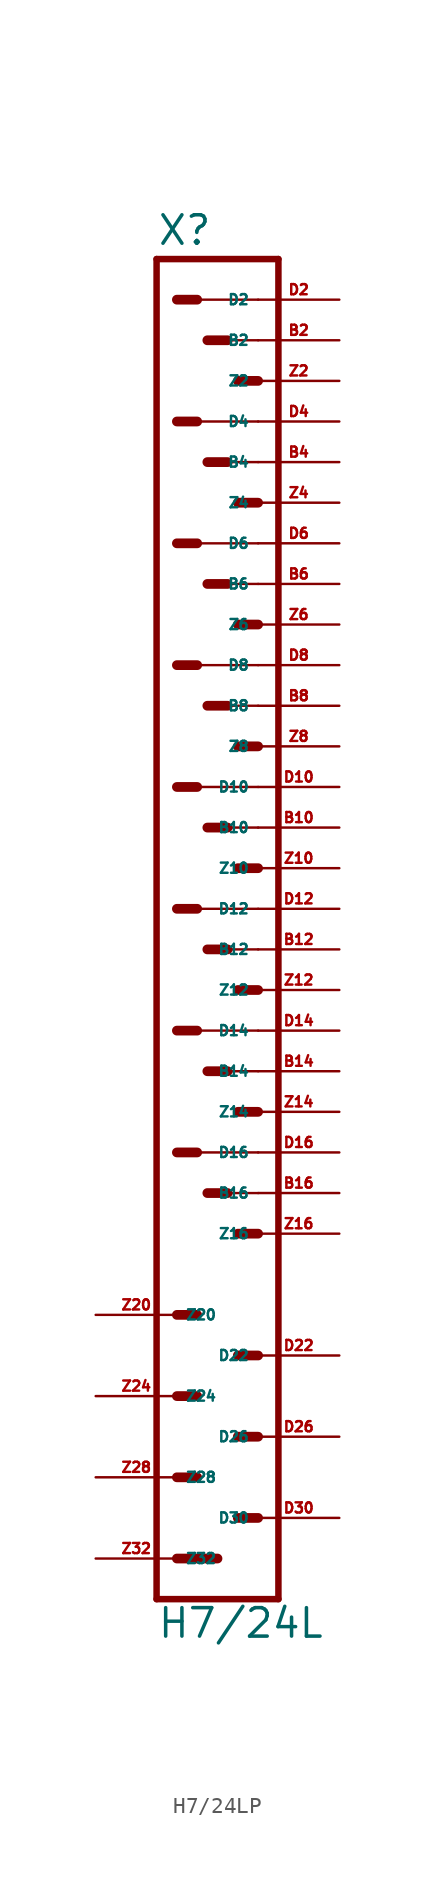
<source format=kicad_sym>
(kicad_symbol_lib
  (version 20220914)
  (generator Eagle2Kicad)
  (symbol "H7/24LP"
    (property "Reference" "X"
      (at -3.81 41.402 0)
      (effects (font (size 1.778 1.778) (thickness 0.22)) (justify left bottom)))
    (property "Value" "H7/24L"
      (at -3.81 -45.72 0)
      (effects (font (size 1.778 1.778) (thickness 0.22)) (justify left bottom)))
    (polyline
      (pts (xy 3.81 -43.18) (xy -3.81 -43.18))
      (stroke (width 0.406) (type default))
      (fill (type none)))
    (polyline
      (pts (xy -3.81 40.64) (xy -3.81 -43.18))
      (stroke (width 0.406) (type default))
      (fill (type none)))
    (polyline
      (pts (xy -3.81 40.64) (xy 3.81 40.64))
      (stroke (width 0.406) (type default))
      (fill (type none)))
    (polyline
      (pts (xy 3.81 -43.18) (xy 3.81 40.64))
      (stroke (width 0.406) (type default))
      (fill (type none)))
    (polyline
      (pts (xy -2.54 -40.64) (xy 0 -40.64))
      (stroke (width 0.61) (type default))
      (fill (type none)))
    (polyline
      (pts (xy -2.54 -35.56) (xy -1.27 -35.56))
      (stroke (width 0.61) (type default))
      (fill (type none)))
    (polyline
      (pts (xy -2.54 -30.48) (xy -1.27 -30.48))
      (stroke (width 0.61) (type default))
      (fill (type none)))
    (polyline
      (pts (xy -2.54 -25.4) (xy -1.27 -25.4))
      (stroke (width 0.61) (type default))
      (fill (type none)))
    (polyline
      (pts (xy 2.54 -38.1) (xy 1.27 -38.1))
      (stroke (width 0.61) (type default))
      (fill (type none)))
    (polyline
      (pts (xy 2.54 -33.02) (xy 1.27 -33.02))
      (stroke (width 0.61) (type default))
      (fill (type none)))
    (polyline
      (pts (xy 2.54 -27.94) (xy 1.27 -27.94))
      (stroke (width 0.61) (type default))
      (fill (type none)))
    (polyline
      (pts (xy 2.54 5.08) (xy 0.635 5.08))
      (stroke (width 0.152) (type default))
      (fill (type none)))
    (polyline
      (pts (xy -1.27 7.62) (xy 2.54 7.62))
      (stroke (width 0.152) (type default))
      (fill (type none)))
    (polyline
      (pts (xy 2.54 -2.54) (xy 0.635 -2.54))
      (stroke (width 0.152) (type default))
      (fill (type none)))
    (polyline
      (pts (xy -1.27 0) (xy 2.54 0))
      (stroke (width 0.152) (type default))
      (fill (type none)))
    (polyline
      (pts (xy 2.54 -10.16) (xy 0.635 -10.16))
      (stroke (width 0.152) (type default))
      (fill (type none)))
    (polyline
      (pts (xy -1.27 -7.62) (xy 2.54 -7.62))
      (stroke (width 0.152) (type default))
      (fill (type none)))
    (polyline
      (pts (xy 2.54 -17.78) (xy 0.635 -17.78))
      (stroke (width 0.152) (type default))
      (fill (type none)))
    (polyline
      (pts (xy -1.27 -15.24) (xy 2.54 -15.24))
      (stroke (width 0.152) (type default))
      (fill (type none)))
    (polyline
      (pts (xy -1.27 -15.24) (xy -2.54 -15.24))
      (stroke (width 0.61) (type default))
      (fill (type none)))
    (polyline
      (pts (xy 0.635 -17.78) (xy -0.635 -17.78))
      (stroke (width 0.61) (type default))
      (fill (type none)))
    (polyline
      (pts (xy 2.54 -20.32) (xy 1.27 -20.32))
      (stroke (width 0.61) (type default))
      (fill (type none)))
    (polyline
      (pts (xy -1.27 -7.62) (xy -2.54 -7.62))
      (stroke (width 0.61) (type default))
      (fill (type none)))
    (polyline
      (pts (xy 0.635 -10.16) (xy -0.635 -10.16))
      (stroke (width 0.61) (type default))
      (fill (type none)))
    (polyline
      (pts (xy 2.54 -12.7) (xy 1.27 -12.7))
      (stroke (width 0.61) (type default))
      (fill (type none)))
    (polyline
      (pts (xy -1.27 0) (xy -2.54 0))
      (stroke (width 0.61) (type default))
      (fill (type none)))
    (polyline
      (pts (xy 0.635 -2.54) (xy -0.635 -2.54))
      (stroke (width 0.61) (type default))
      (fill (type none)))
    (polyline
      (pts (xy 2.54 -5.08) (xy 1.27 -5.08))
      (stroke (width 0.61) (type default))
      (fill (type none)))
    (polyline
      (pts (xy -1.27 7.62) (xy -2.54 7.62))
      (stroke (width 0.61) (type default))
      (fill (type none)))
    (polyline
      (pts (xy 0.635 5.08) (xy -0.635 5.08))
      (stroke (width 0.61) (type default))
      (fill (type none)))
    (polyline
      (pts (xy 2.54 2.54) (xy 1.27 2.54))
      (stroke (width 0.61) (type default))
      (fill (type none)))
    (polyline
      (pts (xy 2.54 35.56) (xy 0.635 35.56))
      (stroke (width 0.152) (type default))
      (fill (type none)))
    (polyline
      (pts (xy -1.27 38.1) (xy 2.54 38.1))
      (stroke (width 0.152) (type default))
      (fill (type none)))
    (polyline
      (pts (xy 2.54 27.94) (xy 0.635 27.94))
      (stroke (width 0.152) (type default))
      (fill (type none)))
    (polyline
      (pts (xy -1.27 30.48) (xy 2.54 30.48))
      (stroke (width 0.152) (type default))
      (fill (type none)))
    (polyline
      (pts (xy 2.54 20.32) (xy 0.635 20.32))
      (stroke (width 0.152) (type default))
      (fill (type none)))
    (polyline
      (pts (xy -1.27 22.86) (xy 2.54 22.86))
      (stroke (width 0.152) (type default))
      (fill (type none)))
    (polyline
      (pts (xy 2.54 12.7) (xy 0.635 12.7))
      (stroke (width 0.152) (type default))
      (fill (type none)))
    (polyline
      (pts (xy -1.27 15.24) (xy 2.54 15.24))
      (stroke (width 0.152) (type default))
      (fill (type none)))
    (polyline
      (pts (xy -1.27 15.24) (xy -2.54 15.24))
      (stroke (width 0.61) (type default))
      (fill (type none)))
    (polyline
      (pts (xy 0.635 12.7) (xy -0.635 12.7))
      (stroke (width 0.61) (type default))
      (fill (type none)))
    (polyline
      (pts (xy 2.54 10.16) (xy 1.27 10.16))
      (stroke (width 0.61) (type default))
      (fill (type none)))
    (polyline
      (pts (xy -1.27 22.86) (xy -2.54 22.86))
      (stroke (width 0.61) (type default))
      (fill (type none)))
    (polyline
      (pts (xy 0.635 20.32) (xy -0.635 20.32))
      (stroke (width 0.61) (type default))
      (fill (type none)))
    (polyline
      (pts (xy 2.54 17.78) (xy 1.27 17.78))
      (stroke (width 0.61) (type default))
      (fill (type none)))
    (polyline
      (pts (xy -1.27 30.48) (xy -2.54 30.48))
      (stroke (width 0.61) (type default))
      (fill (type none)))
    (polyline
      (pts (xy 0.635 27.94) (xy -0.635 27.94))
      (stroke (width 0.61) (type default))
      (fill (type none)))
    (polyline
      (pts (xy 2.54 25.4) (xy 1.27 25.4))
      (stroke (width 0.61) (type default))
      (fill (type none)))
    (polyline
      (pts (xy -1.27 38.1) (xy -2.54 38.1))
      (stroke (width 0.61) (type default))
      (fill (type none)))
    (polyline
      (pts (xy 0.635 35.56) (xy -0.635 35.56))
      (stroke (width 0.61) (type default))
      (fill (type none)))
    (polyline
      (pts (xy 2.54 33.02) (xy 1.27 33.02))
      (stroke (width 0.61) (type default))
      (fill (type none)))
    (pin passive line
      (at 7.62 -27.94 180)
      (length 5.08)
      (name "D22" (effects (font (size 0.635 0.635) (thickness 0.08)) (justify left bottom)))
      (number "D22" (effects (font (size 0.635 0.635) (thickness 0.08)) (justify left bottom))))
    (pin passive line
      (at 7.62 -33.02 180)
      (length 5.08)
      (name "D26" (effects (font (size 0.635 0.635) (thickness 0.08)) (justify left bottom)))
      (number "D26" (effects (font (size 0.635 0.635) (thickness 0.08)) (justify left bottom))))
    (pin passive line
      (at 7.62 -38.1 180)
      (length 5.08)
      (name "D30" (effects (font (size 0.635 0.635) (thickness 0.08)) (justify left bottom)))
      (number "D30" (effects (font (size 0.635 0.635) (thickness 0.08)) (justify left bottom))))
    (pin passive line
      (at -7.62 -25.4 0)
      (length 5.08)
      (name "Z20" (effects (font (size 0.635 0.635) (thickness 0.08)) (justify left bottom)))
      (number "Z20" (effects (font (size 0.635 0.635) (thickness 0.08)) (justify left bottom))))
    (pin passive line
      (at -7.62 -30.48 0)
      (length 5.08)
      (name "Z24" (effects (font (size 0.635 0.635) (thickness 0.08)) (justify left bottom)))
      (number "Z24" (effects (font (size 0.635 0.635) (thickness 0.08)) (justify left bottom))))
    (pin passive line
      (at -7.62 -35.56 0)
      (length 5.08)
      (name "Z28" (effects (font (size 0.635 0.635) (thickness 0.08)) (justify left bottom)))
      (number "Z28" (effects (font (size 0.635 0.635) (thickness 0.08)) (justify left bottom))))
    (pin passive line
      (at -7.62 -40.64 0)
      (length 5.08)
      (name "Z32" (effects (font (size 0.635 0.635) (thickness 0.08)) (justify left bottom)))
      (number "Z32" (effects (font (size 0.635 0.635) (thickness 0.08)) (justify left bottom))))
    (pin passive line
      (at 7.62 -20.32 180)
      (length 5.08)
      (name "Z16" (effects (font (size 0.635 0.635) (thickness 0.08)) (justify left bottom)))
      (number "Z16" (effects (font (size 0.635 0.635) (thickness 0.08)) (justify left bottom))))
    (pin passive line
      (at 7.62 -17.78 180)
      (length 5.08)
      (name "B16" (effects (font (size 0.635 0.635) (thickness 0.08)) (justify left bottom)))
      (number "B16" (effects (font (size 0.635 0.635) (thickness 0.08)) (justify left bottom))))
    (pin passive line
      (at 7.62 -15.24 180)
      (length 5.08)
      (name "D16" (effects (font (size 0.635 0.635) (thickness 0.08)) (justify left bottom)))
      (number "D16" (effects (font (size 0.635 0.635) (thickness 0.08)) (justify left bottom))))
    (pin passive line
      (at 7.62 -12.7 180)
      (length 5.08)
      (name "Z14" (effects (font (size 0.635 0.635) (thickness 0.08)) (justify left bottom)))
      (number "Z14" (effects (font (size 0.635 0.635) (thickness 0.08)) (justify left bottom))))
    (pin passive line
      (at 7.62 -10.16 180)
      (length 5.08)
      (name "B14" (effects (font (size 0.635 0.635) (thickness 0.08)) (justify left bottom)))
      (number "B14" (effects (font (size 0.635 0.635) (thickness 0.08)) (justify left bottom))))
    (pin passive line
      (at 7.62 -7.62 180)
      (length 5.08)
      (name "D14" (effects (font (size 0.635 0.635) (thickness 0.08)) (justify left bottom)))
      (number "D14" (effects (font (size 0.635 0.635) (thickness 0.08)) (justify left bottom))))
    (pin passive line
      (at 7.62 -5.08 180)
      (length 5.08)
      (name "Z12" (effects (font (size 0.635 0.635) (thickness 0.08)) (justify left bottom)))
      (number "Z12" (effects (font (size 0.635 0.635) (thickness 0.08)) (justify left bottom))))
    (pin passive line
      (at 7.62 -2.54 180)
      (length 5.08)
      (name "B12" (effects (font (size 0.635 0.635) (thickness 0.08)) (justify left bottom)))
      (number "B12" (effects (font (size 0.635 0.635) (thickness 0.08)) (justify left bottom))))
    (pin passive line
      (at 7.62 0 180)
      (length 5.08)
      (name "D12" (effects (font (size 0.635 0.635) (thickness 0.08)) (justify left bottom)))
      (number "D12" (effects (font (size 0.635 0.635) (thickness 0.08)) (justify left bottom))))
    (pin passive line
      (at 7.62 2.54 180)
      (length 5.08)
      (name "Z10" (effects (font (size 0.635 0.635) (thickness 0.08)) (justify left bottom)))
      (number "Z10" (effects (font (size 0.635 0.635) (thickness 0.08)) (justify left bottom))))
    (pin passive line
      (at 7.62 5.08 180)
      (length 5.08)
      (name "B10" (effects (font (size 0.635 0.635) (thickness 0.08)) (justify left bottom)))
      (number "B10" (effects (font (size 0.635 0.635) (thickness 0.08)) (justify left bottom))))
    (pin passive line
      (at 7.62 7.62 180)
      (length 5.08)
      (name "D10" (effects (font (size 0.635 0.635) (thickness 0.08)) (justify left bottom)))
      (number "D10" (effects (font (size 0.635 0.635) (thickness 0.08)) (justify left bottom))))
    (pin passive line
      (at 7.62 10.16 180)
      (length 5.08)
      (name "Z8" (effects (font (size 0.635 0.635) (thickness 0.08)) (justify left bottom)))
      (number "Z8" (effects (font (size 0.635 0.635) (thickness 0.08)) (justify left bottom))))
    (pin passive line
      (at 7.62 12.7 180)
      (length 5.08)
      (name "B8" (effects (font (size 0.635 0.635) (thickness 0.08)) (justify left bottom)))
      (number "B8" (effects (font (size 0.635 0.635) (thickness 0.08)) (justify left bottom))))
    (pin passive line
      (at 7.62 15.24 180)
      (length 5.08)
      (name "D8" (effects (font (size 0.635 0.635) (thickness 0.08)) (justify left bottom)))
      (number "D8" (effects (font (size 0.635 0.635) (thickness 0.08)) (justify left bottom))))
    (pin passive line
      (at 7.62 17.78 180)
      (length 5.08)
      (name "Z6" (effects (font (size 0.635 0.635) (thickness 0.08)) (justify left bottom)))
      (number "Z6" (effects (font (size 0.635 0.635) (thickness 0.08)) (justify left bottom))))
    (pin passive line
      (at 7.62 20.32 180)
      (length 5.08)
      (name "B6" (effects (font (size 0.635 0.635) (thickness 0.08)) (justify left bottom)))
      (number "B6" (effects (font (size 0.635 0.635) (thickness 0.08)) (justify left bottom))))
    (pin passive line
      (at 7.62 22.86 180)
      (length 5.08)
      (name "D6" (effects (font (size 0.635 0.635) (thickness 0.08)) (justify left bottom)))
      (number "D6" (effects (font (size 0.635 0.635) (thickness 0.08)) (justify left bottom))))
    (pin passive line
      (at 7.62 25.4 180)
      (length 5.08)
      (name "Z4" (effects (font (size 0.635 0.635) (thickness 0.08)) (justify left bottom)))
      (number "Z4" (effects (font (size 0.635 0.635) (thickness 0.08)) (justify left bottom))))
    (pin passive line
      (at 7.62 27.94 180)
      (length 5.08)
      (name "B4" (effects (font (size 0.635 0.635) (thickness 0.08)) (justify left bottom)))
      (number "B4" (effects (font (size 0.635 0.635) (thickness 0.08)) (justify left bottom))))
    (pin passive line
      (at 7.62 30.48 180)
      (length 5.08)
      (name "D4" (effects (font (size 0.635 0.635) (thickness 0.08)) (justify left bottom)))
      (number "D4" (effects (font (size 0.635 0.635) (thickness 0.08)) (justify left bottom))))
    (pin passive line
      (at 7.62 33.02 180)
      (length 5.08)
      (name "Z2" (effects (font (size 0.635 0.635) (thickness 0.08)) (justify left bottom)))
      (number "Z2" (effects (font (size 0.635 0.635) (thickness 0.08)) (justify left bottom))))
    (pin passive line
      (at 7.62 35.56 180)
      (length 5.08)
      (name "B2" (effects (font (size 0.635 0.635) (thickness 0.08)) (justify left bottom)))
      (number "B2" (effects (font (size 0.635 0.635) (thickness 0.08)) (justify left bottom))))
    (pin passive line
      (at 7.62 38.1 180)
      (length 5.08)
      (name "D2" (effects (font (size 0.635 0.635) (thickness 0.08)) (justify left bottom)))
      (number "D2" (effects (font (size 0.635 0.635) (thickness 0.08)) (justify left bottom))))))
</source>
